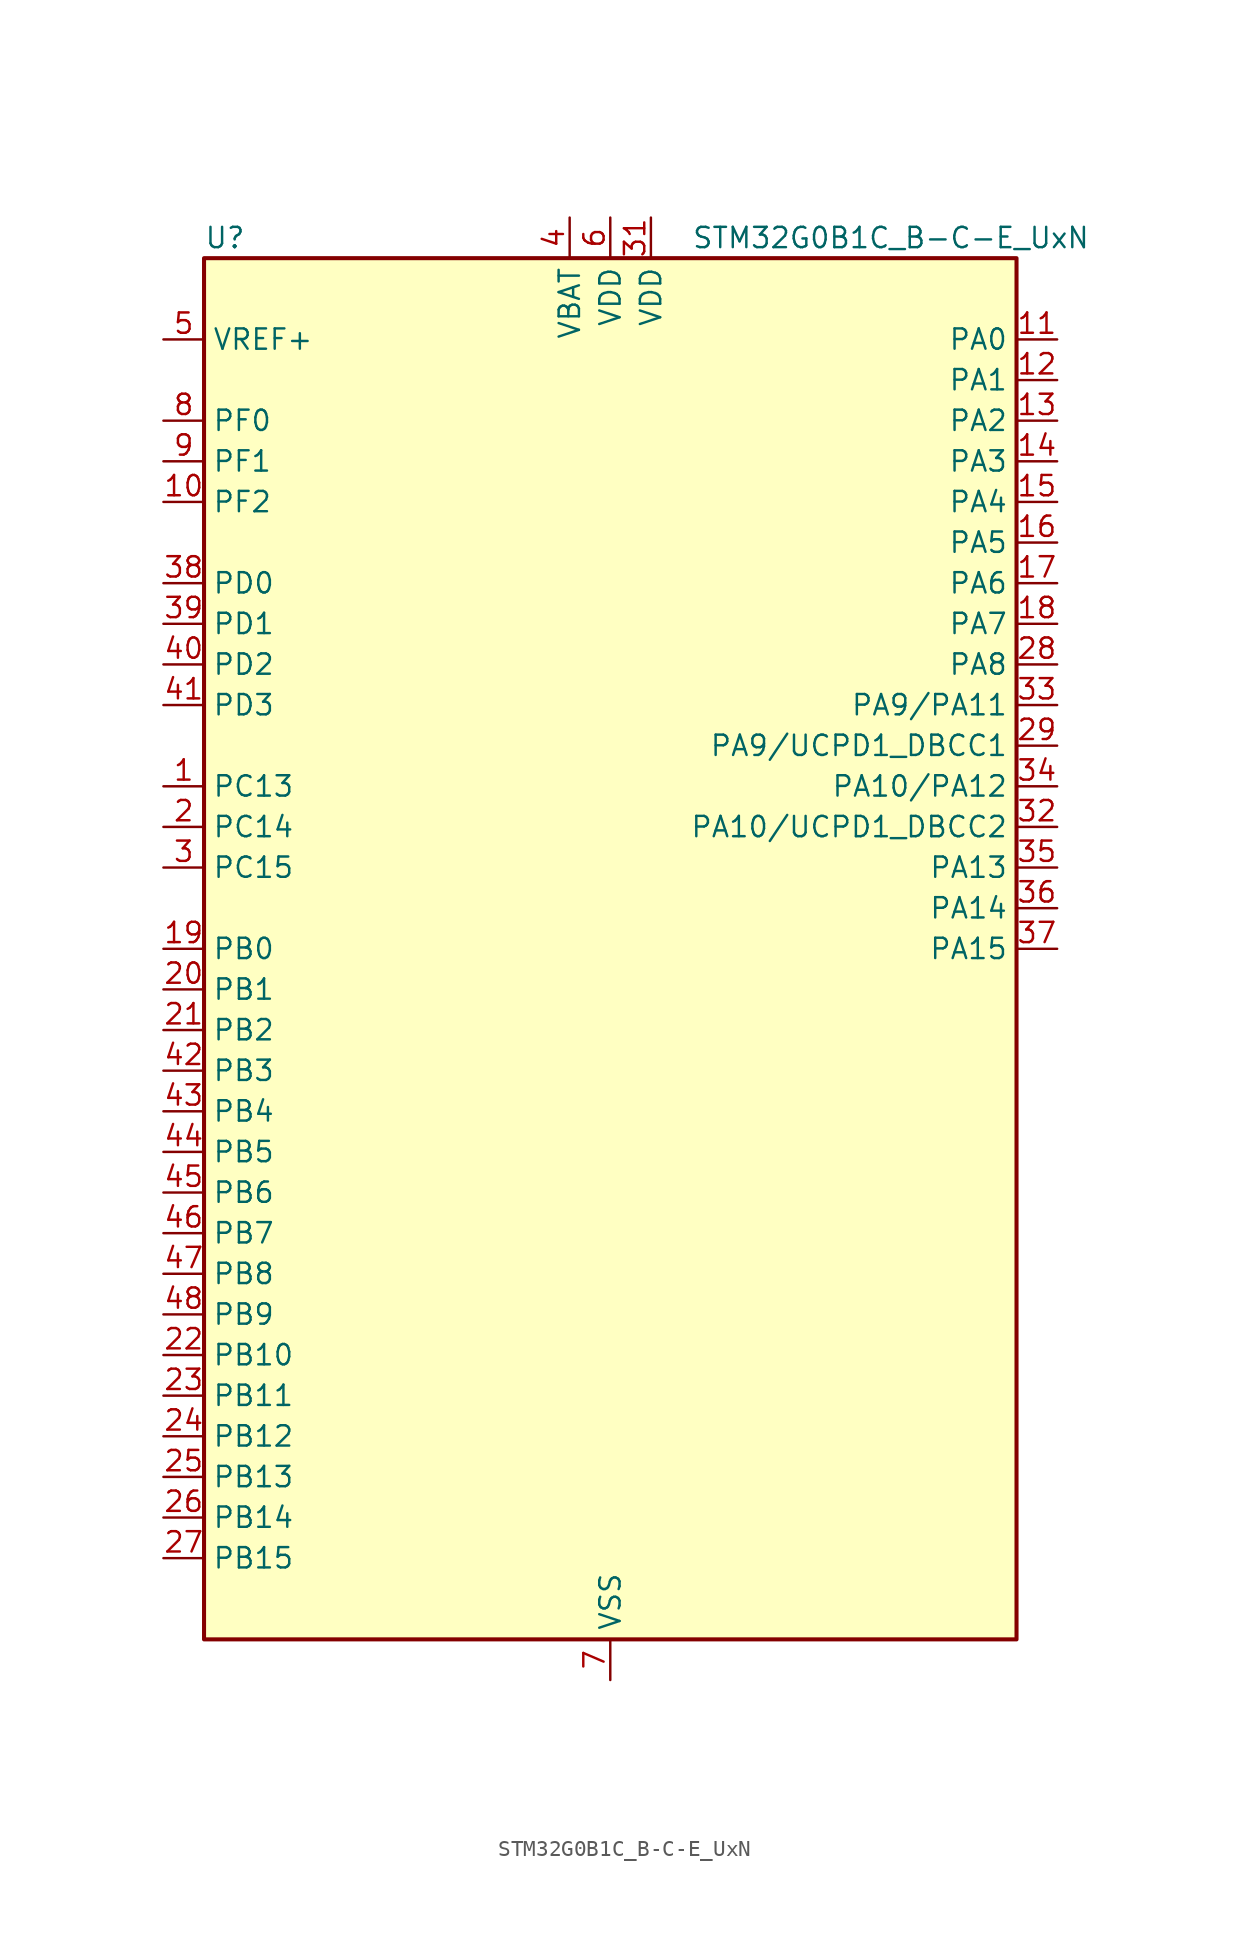
<source format=kicad_sym>
(kicad_symbol_lib
  (version 20241209)
  (generator "kicad_symbol_editor")
  (generator_version "9.0")
  (symbol "STM32G0B1C_B-C-E_UxN"
    (property "Reference" "U"
      (at -25.4 44.45 0)
      (effects (font (size 1.27 1.27)) (justify left)))
    (property "Value" "STM32G0B1C_B-C-E_UxN"
      (at 5.08 44.45 0)
      (effects (font (size 1.27 1.27)) (justify left)))
    (symbol "STM32G0B1C_B-C-E_UxN_0_1"
      (rectangle (start -25.4 -43.18) (end 25.4 43.18) (stroke (width 0.254) (type default)) (fill (type background))))
    (symbol "STM32G0B1C_B-C-E_UxN_1_1"
      (pin input line (at -27.94 38.1 0) (length 2.54) (name "VREF+" (effects (font (size 1.27 1.27)))) (number "5" (effects (font (size 1.27 1.27)))) (alternate "VREFBUF_OUT" bidirectional line))
      (pin bidirectional line (at -27.94 33.02 0) (length 2.54) (name "PF0" (effects (font (size 1.27 1.27)))) (number "8" (effects (font (size 1.27 1.27)))) (alternate "CRS1_SYNC" bidirectional line) (alternate "RCC_OSC_IN" bidirectional line) (alternate "TIM14_CH1" bidirectional line))
      (pin bidirectional line (at -27.94 30.48 0) (length 2.54) (name "PF1" (effects (font (size 1.27 1.27)))) (number "9" (effects (font (size 1.27 1.27)))) (alternate "RCC_OSC_EN" bidirectional line) (alternate "RCC_OSC_OUT" bidirectional line) (alternate "TIM15_CH1N" bidirectional line))
      (pin bidirectional line (at -27.94 27.94 0) (length 2.54) (name "PF2" (effects (font (size 1.27 1.27)))) (number "10" (effects (font (size 1.27 1.27)))) (alternate "LPUART2_DE" bidirectional line) (alternate "LPUART2_RTS" bidirectional line) (alternate "LPUART2_TX" bidirectional line) (alternate "RCC_MCO" bidirectional line))
      (pin bidirectional line (at -27.94 22.86 0) (length 2.54) (name "PD0" (effects (font (size 1.27 1.27)))) (number "38" (effects (font (size 1.27 1.27)))) (alternate "FDCAN1_RX" bidirectional line) (alternate "I2S2_WS" bidirectional line) (alternate "SPI2_NSS" bidirectional line) (alternate "TIM16_CH1" bidirectional line) (alternate "UCPD2_CC1" bidirectional line))
      (pin bidirectional line (at -27.94 20.32 0) (length 2.54) (name "PD1" (effects (font (size 1.27 1.27)))) (number "39" (effects (font (size 1.27 1.27)))) (alternate "FDCAN1_TX" bidirectional line) (alternate "I2S2_CK" bidirectional line) (alternate "SPI2_SCK" bidirectional line) (alternate "TIM17_CH1" bidirectional line) (alternate "UCPD2_DBCC1" bidirectional line))
      (pin bidirectional line (at -27.94 17.78 0) (length 2.54) (name "PD2" (effects (font (size 1.27 1.27)))) (number "40" (effects (font (size 1.27 1.27)))) (alternate "TIM1_CH1N" bidirectional line) (alternate "TIM3_ETR" bidirectional line) (alternate "UCPD2_CC2" bidirectional line) (alternate "USART3_CK" bidirectional line) (alternate "USART3_DE" bidirectional line) (alternate "USART3_RTS" bidirectional line) (alternate "USART5_RX" bidirectional line))
      (pin bidirectional line (at -27.94 15.24 0) (length 2.54) (name "PD3" (effects (font (size 1.27 1.27)))) (number "41" (effects (font (size 1.27 1.27)))) (alternate "I2S2_MCK" bidirectional line) (alternate "SPI2_MISO" bidirectional line) (alternate "TIM1_CH2N" bidirectional line) (alternate "UCPD2_DBCC2" bidirectional line) (alternate "USART2_CTS" bidirectional line) (alternate "USART2_NSS" bidirectional line) (alternate "USART5_TX" bidirectional line))
      (pin bidirectional line (at -27.94 10.16 0) (length 2.54) (name "PC13" (effects (font (size 1.27 1.27)))) (number "1" (effects (font (size 1.27 1.27)))) (alternate "RTC_OUT1" bidirectional line) (alternate "RTC_TAMP_IN1" bidirectional line) (alternate "RTC_TS" bidirectional line) (alternate "SYS_WKUP2" bidirectional line) (alternate "TIM1_BK" bidirectional line))
      (pin bidirectional line (at -27.94 7.62 0) (length 2.54) (name "PC14" (effects (font (size 1.27 1.27)))) (number "2" (effects (font (size 1.27 1.27)))) (alternate "RCC_OSC32_IN" bidirectional line) (alternate "TIM1_BK2" bidirectional line))
      (pin bidirectional line (at -27.94 5.08 0) (length 2.54) (name "PC15" (effects (font (size 1.27 1.27)))) (number "3" (effects (font (size 1.27 1.27)))) (alternate "RCC_OSC32_EN" bidirectional line) (alternate "RCC_OSC32_OUT" bidirectional line) (alternate "RCC_OSC_EN" bidirectional line) (alternate "TIM15_BK" bidirectional line))
      (pin bidirectional line (at -27.94 0 0) (length 2.54) (name "PB0" (effects (font (size 1.27 1.27)))) (number "19" (effects (font (size 1.27 1.27)))) (alternate "ADC1_IN8" bidirectional line) (alternate "COMP1_OUT" bidirectional line) (alternate "COMP3_INP" bidirectional line) (alternate "FDCAN2_RX" bidirectional line) (alternate "I2S1_WS" bidirectional line) (alternate "LPTIM1_OUT" bidirectional line) (alternate "LPUART2_CTS" bidirectional line) (alternate "SPI1_NSS" bidirectional line) (alternate "TIM1_CH2N" bidirectional line) (alternate "TIM3_CH3" bidirectional line) (alternate "UCPD1_FRSTX1" bidirectional line) (alternate "UCPD1_FRSTX2" bidirectional line) (alternate "USART3_RX" bidirectional line) (alternate "USART5_TX" bidirectional line))
      (pin bidirectional line (at -27.94 -2.54 0) (length 2.54) (name "PB1" (effects (font (size 1.27 1.27)))) (number "20" (effects (font (size 1.27 1.27)))) (alternate "ADC1_IN9" bidirectional line) (alternate "COMP1_INM" bidirectional line) (alternate "COMP3_OUT" bidirectional line) (alternate "FDCAN2_TX" bidirectional line) (alternate "LPTIM2_IN1" bidirectional line) (alternate "LPUART1_DE" bidirectional line) (alternate "LPUART1_RTS" bidirectional line) (alternate "LPUART2_DE" bidirectional line) (alternate "LPUART2_RTS" bidirectional line) (alternate "TIM14_CH1" bidirectional line) (alternate "TIM1_CH3N" bidirectional line) (alternate "TIM3_CH4" bidirectional line) (alternate "USART3_CK" bidirectional line) (alternate "USART3_DE" bidirectional line) (alternate "USART3_RTS" bidirectional line) (alternate "USART5_RX" bidirectional line))
      (pin bidirectional line (at -27.94 -5.08 0) (length 2.54) (name "PB2" (effects (font (size 1.27 1.27)))) (number "21" (effects (font (size 1.27 1.27)))) (alternate "ADC1_IN10" bidirectional line) (alternate "COMP1_INP" bidirectional line) (alternate "COMP3_INM" bidirectional line) (alternate "I2S2_MCK" bidirectional line) (alternate "LPTIM1_OUT" bidirectional line) (alternate "RCC_MCO_2" bidirectional line) (alternate "SPI2_MISO" bidirectional line) (alternate "USART3_TX" bidirectional line))
      (pin bidirectional line (at -27.94 -7.62 0) (length 2.54) (name "PB3" (effects (font (size 1.27 1.27)))) (number "42" (effects (font (size 1.27 1.27)))) (alternate "COMP2_INM" bidirectional line) (alternate "I2C2_SCL" bidirectional line) (alternate "I2C3_SCL" bidirectional line) (alternate "I2S1_CK" bidirectional line) (alternate "SPI1_SCK" bidirectional line) (alternate "SPI3_SCK" bidirectional line) (alternate "TIM1_CH2" bidirectional line) (alternate "TIM2_CH2" bidirectional line) (alternate "USART1_CK" bidirectional line) (alternate "USART1_DE" bidirectional line) (alternate "USART1_RTS" bidirectional line) (alternate "USART5_TX" bidirectional line))
      (pin bidirectional line (at -27.94 -10.16 0) (length 2.54) (name "PB4" (effects (font (size 1.27 1.27)))) (number "43" (effects (font (size 1.27 1.27)))) (alternate "COMP2_INP" bidirectional line) (alternate "I2C2_SDA" bidirectional line) (alternate "I2C3_SDA" bidirectional line) (alternate "I2S1_MCK" bidirectional line) (alternate "SPI1_MISO" bidirectional line) (alternate "SPI3_MISO" bidirectional line) (alternate "TIM17_BK" bidirectional line) (alternate "TIM3_CH1" bidirectional line) (alternate "USART1_CTS" bidirectional line) (alternate "USART1_NSS" bidirectional line) (alternate "USART5_RX" bidirectional line))
      (pin bidirectional line (at -27.94 -12.7 0) (length 2.54) (name "PB5" (effects (font (size 1.27 1.27)))) (number "44" (effects (font (size 1.27 1.27)))) (alternate "COMP2_OUT" bidirectional line) (alternate "FDCAN2_RX" bidirectional line) (alternate "I2C1_SMBA" bidirectional line) (alternate "I2S1_SD" bidirectional line) (alternate "LPTIM1_IN1" bidirectional line) (alternate "SPI1_MOSI" bidirectional line) (alternate "SPI3_MOSI" bidirectional line) (alternate "SYS_WKUP6" bidirectional line) (alternate "TIM16_BK" bidirectional line) (alternate "TIM3_CH2" bidirectional line) (alternate "USART5_CK" bidirectional line) (alternate "USART5_DE" bidirectional line) (alternate "USART5_RTS" bidirectional line))
      (pin bidirectional line (at -27.94 -15.24 0) (length 2.54) (name "PB6" (effects (font (size 1.27 1.27)))) (number "45" (effects (font (size 1.27 1.27)))) (alternate "COMP2_INP" bidirectional line) (alternate "FDCAN2_TX" bidirectional line) (alternate "I2C1_SCL" bidirectional line) (alternate "I2S2_MCK" bidirectional line) (alternate "LPTIM1_ETR" bidirectional line) (alternate "LPUART2_TX" bidirectional line) (alternate "SPI2_MISO" bidirectional line) (alternate "TIM16_CH1N" bidirectional line) (alternate "TIM1_CH3" bidirectional line) (alternate "TIM4_CH1" bidirectional line) (alternate "USART1_TX" bidirectional line) (alternate "USART5_CTS" bidirectional line) (alternate "USART5_NSS" bidirectional line))
      (pin bidirectional line (at -27.94 -17.78 0) (length 2.54) (name "PB7" (effects (font (size 1.27 1.27)))) (number "46" (effects (font (size 1.27 1.27)))) (alternate "COMP2_INM" bidirectional line) (alternate "I2C1_SDA" bidirectional line) (alternate "I2S2_SD" bidirectional line) (alternate "LPTIM1_IN2" bidirectional line) (alternate "LPUART2_RX" bidirectional line) (alternate "SPI2_MOSI" bidirectional line) (alternate "SYS_PVD_IN" bidirectional line) (alternate "TIM17_CH1N" bidirectional line) (alternate "TIM4_CH2" bidirectional line) (alternate "USART1_RX" bidirectional line) (alternate "USART4_CTS" bidirectional line) (alternate "USART4_NSS" bidirectional line))
      (pin bidirectional line (at -27.94 -20.32 0) (length 2.54) (name "PB8" (effects (font (size 1.27 1.27)))) (number "47" (effects (font (size 1.27 1.27)))) (alternate "CEC" bidirectional line) (alternate "FDCAN1_RX" bidirectional line) (alternate "I2C1_SCL" bidirectional line) (alternate "I2S2_CK" bidirectional line) (alternate "SPI2_SCK" bidirectional line) (alternate "TIM15_BK" bidirectional line) (alternate "TIM16_CH1" bidirectional line) (alternate "TIM4_CH3" bidirectional line) (alternate "USART3_TX" bidirectional line) (alternate "USART6_TX" bidirectional line))
      (pin bidirectional line (at -27.94 -22.86 0) (length 2.54) (name "PB9" (effects (font (size 1.27 1.27)))) (number "48" (effects (font (size 1.27 1.27)))) (alternate "DAC1_EXTI9" bidirectional line) (alternate "FDCAN1_TX" bidirectional line) (alternate "I2C1_SDA" bidirectional line) (alternate "I2S2_WS" bidirectional line) (alternate "IR_OUT" bidirectional line) (alternate "SPI2_NSS" bidirectional line) (alternate "TIM17_CH1" bidirectional line) (alternate "TIM4_CH4" bidirectional line) (alternate "UCPD2_FRSTX1" bidirectional line) (alternate "UCPD2_FRSTX2" bidirectional line) (alternate "USART3_RX" bidirectional line) (alternate "USART6_RX" bidirectional line))
      (pin bidirectional line (at -27.94 -25.4 0) (length 2.54) (name "PB10" (effects (font (size 1.27 1.27)))) (number "22" (effects (font (size 1.27 1.27)))) (alternate "ADC1_IN11" bidirectional line) (alternate "CEC" bidirectional line) (alternate "COMP1_OUT" bidirectional line) (alternate "I2C2_SCL" bidirectional line) (alternate "I2S2_CK" bidirectional line) (alternate "LPUART1_RX" bidirectional line) (alternate "SPI2_SCK" bidirectional line) (alternate "TIM2_CH3" bidirectional line) (alternate "USART3_TX" bidirectional line))
      (pin bidirectional line (at -27.94 -27.94 0) (length 2.54) (name "PB11" (effects (font (size 1.27 1.27)))) (number "23" (effects (font (size 1.27 1.27)))) (alternate "ADC1_EXTI11" bidirectional line) (alternate "ADC1_IN15" bidirectional line) (alternate "COMP2_OUT" bidirectional line) (alternate "I2C2_SDA" bidirectional line) (alternate "I2S2_SD" bidirectional line) (alternate "LPUART1_TX" bidirectional line) (alternate "SPI2_MOSI" bidirectional line) (alternate "TIM2_CH4" bidirectional line) (alternate "USART3_RX" bidirectional line))
      (pin bidirectional line (at -27.94 -30.48 0) (length 2.54) (name "PB12" (effects (font (size 1.27 1.27)))) (number "24" (effects (font (size 1.27 1.27)))) (alternate "ADC1_IN16" bidirectional line) (alternate "FDCAN2_RX" bidirectional line) (alternate "I2C2_SMBA" bidirectional line) (alternate "I2S2_WS" bidirectional line) (alternate "LPUART1_DE" bidirectional line) (alternate "LPUART1_RTS" bidirectional line) (alternate "SPI2_NSS" bidirectional line) (alternate "TIM15_BK" bidirectional line) (alternate "TIM1_BK" bidirectional line) (alternate "UCPD2_FRSTX1" bidirectional line) (alternate "UCPD2_FRSTX2" bidirectional line))
      (pin bidirectional line (at -27.94 -33.02 0) (length 2.54) (name "PB13" (effects (font (size 1.27 1.27)))) (number "25" (effects (font (size 1.27 1.27)))) (alternate "FDCAN2_TX" bidirectional line) (alternate "I2C2_SCL" bidirectional line) (alternate "I2S2_CK" bidirectional line) (alternate "LPUART1_CTS" bidirectional line) (alternate "SPI2_SCK" bidirectional line) (alternate "TIM15_CH1N" bidirectional line) (alternate "TIM1_CH1N" bidirectional line) (alternate "USART3_CTS" bidirectional line) (alternate "USART3_NSS" bidirectional line))
      (pin bidirectional line (at -27.94 -35.56 0) (length 2.54) (name "PB14" (effects (font (size 1.27 1.27)))) (number "26" (effects (font (size 1.27 1.27)))) (alternate "I2C2_SDA" bidirectional line) (alternate "I2S2_MCK" bidirectional line) (alternate "SPI2_MISO" bidirectional line) (alternate "TIM15_CH1" bidirectional line) (alternate "TIM1_CH2N" bidirectional line) (alternate "UCPD1_FRSTX1" bidirectional line) (alternate "UCPD1_FRSTX2" bidirectional line) (alternate "USART3_CK" bidirectional line) (alternate "USART3_DE" bidirectional line) (alternate "USART3_RTS" bidirectional line) (alternate "USART6_CK" bidirectional line) (alternate "USART6_DE" bidirectional line) (alternate "USART6_RTS" bidirectional line))
      (pin bidirectional line (at -27.94 -38.1 0) (length 2.54) (name "PB15" (effects (font (size 1.27 1.27)))) (number "27" (effects (font (size 1.27 1.27)))) (alternate "I2S2_SD" bidirectional line) (alternate "RTC_REFIN" bidirectional line) (alternate "SPI2_MOSI" bidirectional line) (alternate "TIM15_CH1N" bidirectional line) (alternate "TIM15_CH2" bidirectional line) (alternate "TIM1_CH3N" bidirectional line) (alternate "UCPD1_CC2" bidirectional line) (alternate "USART6_CTS" bidirectional line) (alternate "USART6_NSS" bidirectional line))
      (pin power_in line (at -2.54 45.72 270) (length 2.54) (name "VBAT" (effects (font (size 1.27 1.27)))) (number "4" (effects (font (size 1.27 1.27)))))
      (pin power_in line (at 0 45.72 270) (length 2.54) (name "VDD" (effects (font (size 1.27 1.27)))) (number "6" (effects (font (size 1.27 1.27)))))
      (pin passive line (at 0 -45.72 90) (length 2.54) (hide yes) (name "VSS" (effects (font (size 1.27 1.27)))) (number "30" (effects (font (size 1.27 1.27)))))
      (pin passive line (at 0 -45.72 90) (length 2.54) (hide yes) (name "VSS" (effects (font (size 1.27 1.27)))) (number "49" (effects (font (size 1.27 1.27)))))
      (pin power_in line (at 0 -45.72 90) (length 2.54) (name "VSS" (effects (font (size 1.27 1.27)))) (number "7" (effects (font (size 1.27 1.27)))))
      (pin power_in line (at 2.54 45.72 270) (length 2.54) (name "VDD" (effects (font (size 1.27 1.27)))) (number "31" (effects (font (size 1.27 1.27)))))
      (pin bidirectional line (at 27.94 38.1 180) (length 2.54) (name "PA0" (effects (font (size 1.27 1.27)))) (number "11" (effects (font (size 1.27 1.27)))) (alternate "ADC1_IN0" bidirectional line) (alternate "COMP1_INM" bidirectional line) (alternate "COMP1_OUT" bidirectional line) (alternate "I2S2_CK" bidirectional line) (alternate "LPTIM1_OUT" bidirectional line) (alternate "RTC_TAMP_IN2" bidirectional line) (alternate "SPI2_SCK" bidirectional line) (alternate "SYS_WKUP1" bidirectional line) (alternate "TIM2_CH1" bidirectional line) (alternate "TIM2_ETR" bidirectional line) (alternate "UCPD2_FRSTX1" bidirectional line) (alternate "UCPD2_FRSTX2" bidirectional line) (alternate "USART2_CTS" bidirectional line) (alternate "USART2_NSS" bidirectional line) (alternate "USART4_TX" bidirectional line))
      (pin bidirectional line (at 27.94 35.56 180) (length 2.54) (name "PA1" (effects (font (size 1.27 1.27)))) (number "12" (effects (font (size 1.27 1.27)))) (alternate "ADC1_IN1" bidirectional line) (alternate "COMP1_INP" bidirectional line) (alternate "I2C1_SMBA" bidirectional line) (alternate "I2S1_CK" bidirectional line) (alternate "SPI1_SCK" bidirectional line) (alternate "TIM15_CH1N" bidirectional line) (alternate "TIM2_CH2" bidirectional line) (alternate "USART2_CK" bidirectional line) (alternate "USART2_DE" bidirectional line) (alternate "USART2_RTS" bidirectional line) (alternate "USART4_RX" bidirectional line))
      (pin bidirectional line (at 27.94 33.02 180) (length 2.54) (name "PA2" (effects (font (size 1.27 1.27)))) (number "13" (effects (font (size 1.27 1.27)))) (alternate "ADC1_IN2" bidirectional line) (alternate "COMP2_INM" bidirectional line) (alternate "COMP2_OUT" bidirectional line) (alternate "I2S1_SD" bidirectional line) (alternate "LPUART1_TX" bidirectional line) (alternate "RCC_LSCO" bidirectional line) (alternate "SPI1_MOSI" bidirectional line) (alternate "SYS_WKUP4" bidirectional line) (alternate "TIM15_CH1" bidirectional line) (alternate "TIM2_CH3" bidirectional line) (alternate "UCPD1_FRSTX1" bidirectional line) (alternate "UCPD1_FRSTX2" bidirectional line) (alternate "USART2_TX" bidirectional line))
      (pin bidirectional line (at 27.94 30.48 180) (length 2.54) (name "PA3" (effects (font (size 1.27 1.27)))) (number "14" (effects (font (size 1.27 1.27)))) (alternate "ADC1_IN3" bidirectional line) (alternate "COMP2_INP" bidirectional line) (alternate "I2S2_MCK" bidirectional line) (alternate "LPUART1_RX" bidirectional line) (alternate "SPI2_MISO" bidirectional line) (alternate "TIM15_CH2" bidirectional line) (alternate "TIM2_CH4" bidirectional line) (alternate "UCPD2_FRSTX1" bidirectional line) (alternate "UCPD2_FRSTX2" bidirectional line) (alternate "USART2_RX" bidirectional line))
      (pin bidirectional line (at 27.94 27.94 180) (length 2.54) (name "PA4" (effects (font (size 1.27 1.27)))) (number "15" (effects (font (size 1.27 1.27)))) (alternate "ADC1_IN4" bidirectional line) (alternate "DAC1_OUT1" bidirectional line) (alternate "I2S1_WS" bidirectional line) (alternate "I2S2_SD" bidirectional line) (alternate "LPTIM2_OUT" bidirectional line) (alternate "RTC_OUT2" bidirectional line) (alternate "SPI1_NSS" bidirectional line) (alternate "SPI2_MOSI" bidirectional line) (alternate "SPI3_NSS" bidirectional line) (alternate "TIM14_CH1" bidirectional line) (alternate "UCPD2_FRSTX1" bidirectional line) (alternate "UCPD2_FRSTX2" bidirectional line) (alternate "USART6_TX" bidirectional line) (alternate "USB_NOE" bidirectional line))
      (pin bidirectional line (at 27.94 25.4 180) (length 2.54) (name "PA5" (effects (font (size 1.27 1.27)))) (number "16" (effects (font (size 1.27 1.27)))) (alternate "ADC1_IN5" bidirectional line) (alternate "CEC" bidirectional line) (alternate "DAC1_OUT2" bidirectional line) (alternate "I2S1_CK" bidirectional line) (alternate "LPTIM2_ETR" bidirectional line) (alternate "SPI1_SCK" bidirectional line) (alternate "TIM2_CH1" bidirectional line) (alternate "TIM2_ETR" bidirectional line) (alternate "UCPD1_FRSTX1" bidirectional line) (alternate "UCPD1_FRSTX2" bidirectional line) (alternate "USART3_TX" bidirectional line) (alternate "USART6_RX" bidirectional line))
      (pin bidirectional line (at 27.94 22.86 180) (length 2.54) (name "PA6" (effects (font (size 1.27 1.27)))) (number "17" (effects (font (size 1.27 1.27)))) (alternate "ADC1_IN6" bidirectional line) (alternate "COMP1_OUT" bidirectional line) (alternate "I2C2_SDA" bidirectional line) (alternate "I2C3_SDA" bidirectional line) (alternate "I2S1_MCK" bidirectional line) (alternate "LPUART1_CTS" bidirectional line) (alternate "SPI1_MISO" bidirectional line) (alternate "TIM16_CH1" bidirectional line) (alternate "TIM1_BK" bidirectional line) (alternate "TIM3_CH1" bidirectional line) (alternate "USART3_CTS" bidirectional line) (alternate "USART3_NSS" bidirectional line) (alternate "USART6_CTS" bidirectional line) (alternate "USART6_NSS" bidirectional line))
      (pin bidirectional line (at 27.94 20.32 180) (length 2.54) (name "PA7" (effects (font (size 1.27 1.27)))) (number "18" (effects (font (size 1.27 1.27)))) (alternate "ADC1_IN7" bidirectional line) (alternate "COMP2_OUT" bidirectional line) (alternate "I2C2_SCL" bidirectional line) (alternate "I2C3_SCL" bidirectional line) (alternate "I2S1_SD" bidirectional line) (alternate "SPI1_MOSI" bidirectional line) (alternate "TIM14_CH1" bidirectional line) (alternate "TIM17_CH1" bidirectional line) (alternate "TIM1_CH1N" bidirectional line) (alternate "TIM3_CH2" bidirectional line) (alternate "UCPD1_FRSTX1" bidirectional line) (alternate "UCPD1_FRSTX2" bidirectional line) (alternate "USART6_CK" bidirectional line) (alternate "USART6_DE" bidirectional line) (alternate "USART6_RTS" bidirectional line))
      (pin bidirectional line (at 27.94 17.78 180) (length 2.54) (name "PA8" (effects (font (size 1.27 1.27)))) (number "28" (effects (font (size 1.27 1.27)))) (alternate "CRS1_SYNC" bidirectional line) (alternate "I2C2_SMBA" bidirectional line) (alternate "I2S2_WS" bidirectional line) (alternate "LPTIM2_OUT" bidirectional line) (alternate "RCC_MCO" bidirectional line) (alternate "SPI2_NSS" bidirectional line) (alternate "TIM1_CH1" bidirectional line) (alternate "UCPD1_CC1" bidirectional line))
      (pin bidirectional line (at 27.94 15.24 180) (length 2.54) (name "PA9/PA11" (effects (font (size 1.27 1.27)))) (number "33" (effects (font (size 1.27 1.27)))) (alternate "ADC1_EXTI11 (PA11)" bidirectional line) (alternate "COMP1_OUT (PA11)" bidirectional line) (alternate "DAC1_EXTI9 (PA9)" bidirectional line) (alternate "FDCAN1_RX (PA11)" bidirectional line) (alternate "I2C1_SCL (PA9)" bidirectional line) (alternate "I2C2_SCL (PA11)" bidirectional line) (alternate "I2C2_SCL (PA9)" bidirectional line) (alternate "I2S1_MCK (PA11)" bidirectional line) (alternate "I2S2_MCK (PA9)" bidirectional line) (alternate "PA11" bidirectional line) (alternate "PA9" bidirectional line) (alternate "RCC_MCO (PA9)" bidirectional line) (alternate "SPI1_MISO (PA11)" bidirectional line) (alternate "SPI2_MISO (PA9)" bidirectional line) (alternate "TIM15_BK (PA9)" bidirectional line) (alternate "TIM1_BK2 (PA11)" bidirectional line) (alternate "TIM1_CH2 (PA9)" bidirectional line) (alternate "TIM1_CH4 (PA11)" bidirectional line) (alternate "UCPD1_DBCC1 (PA9)" bidirectional line) (alternate "USART1_CTS (PA11)" bidirectional line) (alternate "USART1_NSS (PA11)" bidirectional line) (alternate "USART1_TX (PA9)" bidirectional line) (alternate "USB_DM (PA11)" bidirectional line))
      (pin bidirectional line (at 27.94 12.7 180) (length 2.54) (name "PA9/UCPD1_DBCC1" (effects (font (size 1.27 1.27)))) (number "29" (effects (font (size 1.27 1.27)))) (alternate "DAC1_EXTI9 (PA9)" bidirectional line) (alternate "I2C1_SCL (PA9)" bidirectional line) (alternate "I2C2_SCL (PA9)" bidirectional line) (alternate "I2S2_MCK (PA9)" bidirectional line) (alternate "PA9" bidirectional line) (alternate "RCC_MCO (PA9)" bidirectional line) (alternate "SPI2_MISO (PA9)" bidirectional line) (alternate "TIM15_BK (PA9)" bidirectional line) (alternate "TIM1_CH2 (PA9)" bidirectional line) (alternate "UCPD1_DBCC1" bidirectional line) (alternate "UCPD1_DBCC1 (PA9)" bidirectional line) (alternate "UCPD1_DBCC1 (UCPD1_DBCC1)" bidirectional line) (alternate "USART1_TX (PA9)" bidirectional line))
      (pin bidirectional line (at 27.94 10.16 180) (length 2.54) (name "PA10/PA12" (effects (font (size 1.27 1.27)))) (number "34" (effects (font (size 1.27 1.27)))) (alternate "COMP2_OUT (PA12)" bidirectional line) (alternate "FDCAN1_TX (PA12)" bidirectional line) (alternate "I2C1_SDA (PA10)" bidirectional line) (alternate "I2C2_SDA (PA10)" bidirectional line) (alternate "I2C2_SDA (PA12)" bidirectional line) (alternate "I2S1_SD (PA12)" bidirectional line) (alternate "I2S2_SD (PA10)" bidirectional line) (alternate "I2S_CKIN (PA12)" bidirectional line) (alternate "PA10" bidirectional line) (alternate "PA12" bidirectional line) (alternate "RCC_MCO_2 (PA10)" bidirectional line) (alternate "SPI1_MOSI (PA12)" bidirectional line) (alternate "SPI2_MOSI (PA10)" bidirectional line) (alternate "TIM17_BK (PA10)" bidirectional line) (alternate "TIM1_CH3 (PA10)" bidirectional line) (alternate "TIM1_ETR (PA12)" bidirectional line) (alternate "UCPD1_DBCC2 (PA10)" bidirectional line) (alternate "USART1_CK (PA12)" bidirectional line) (alternate "USART1_DE (PA12)" bidirectional line) (alternate "USART1_RTS (PA12)" bidirectional line) (alternate "USART1_RX (PA10)" bidirectional line) (alternate "USB_DP (PA12)" bidirectional line))
      (pin bidirectional line (at 27.94 7.62 180) (length 2.54) (name "PA10/UCPD1_DBCC2" (effects (font (size 1.27 1.27)))) (number "32" (effects (font (size 1.27 1.27)))) (alternate "I2C1_SDA (PA10)" bidirectional line) (alternate "I2C2_SDA (PA10)" bidirectional line) (alternate "I2S2_SD (PA10)" bidirectional line) (alternate "PA10" bidirectional line) (alternate "RCC_MCO_2 (PA10)" bidirectional line) (alternate "SPI2_MOSI (PA10)" bidirectional line) (alternate "TIM17_BK (PA10)" bidirectional line) (alternate "TIM1_CH3 (PA10)" bidirectional line) (alternate "UCPD1_DBCC2" bidirectional line) (alternate "UCPD1_DBCC2 (PA10)" bidirectional line) (alternate "UCPD1_DBCC2 (UCPD1_DBCC2)" bidirectional line) (alternate "USART1_RX (PA10)" bidirectional line))
      (pin bidirectional line (at 27.94 5.08 180) (length 2.54) (name "PA13" (effects (font (size 1.27 1.27)))) (number "35" (effects (font (size 1.27 1.27)))) (alternate "IR_OUT" bidirectional line) (alternate "LPUART2_RX" bidirectional line) (alternate "SYS_SWDIO" bidirectional line) (alternate "USB_NOE" bidirectional line))
      (pin bidirectional line (at 27.94 2.54 180) (length 2.54) (name "PA14" (effects (font (size 1.27 1.27)))) (number "36" (effects (font (size 1.27 1.27)))) (alternate "LPUART2_TX" bidirectional line) (alternate "SYS_SWCLK" bidirectional line) (alternate "USART2_TX" bidirectional line))
      (pin bidirectional line (at 27.94 0 180) (length 2.54) (name "PA15" (effects (font (size 1.27 1.27)))) (number "37" (effects (font (size 1.27 1.27)))) (alternate "I2C2_SMBA" bidirectional line) (alternate "I2S1_WS" bidirectional line) (alternate "RCC_MCO_2" bidirectional line) (alternate "SPI1_NSS" bidirectional line) (alternate "SPI3_NSS" bidirectional line) (alternate "TIM2_CH1" bidirectional line) (alternate "TIM2_ETR" bidirectional line) (alternate "USART2_RX" bidirectional line) (alternate "USART3_CK" bidirectional line) (alternate "USART3_DE" bidirectional line) (alternate "USART3_RTS" bidirectional line) (alternate "USART4_CK" bidirectional line) (alternate "USART4_DE" bidirectional line) (alternate "USART4_RTS" bidirectional line) (alternate "USB_NOE" bidirectional line)))))
</source>
